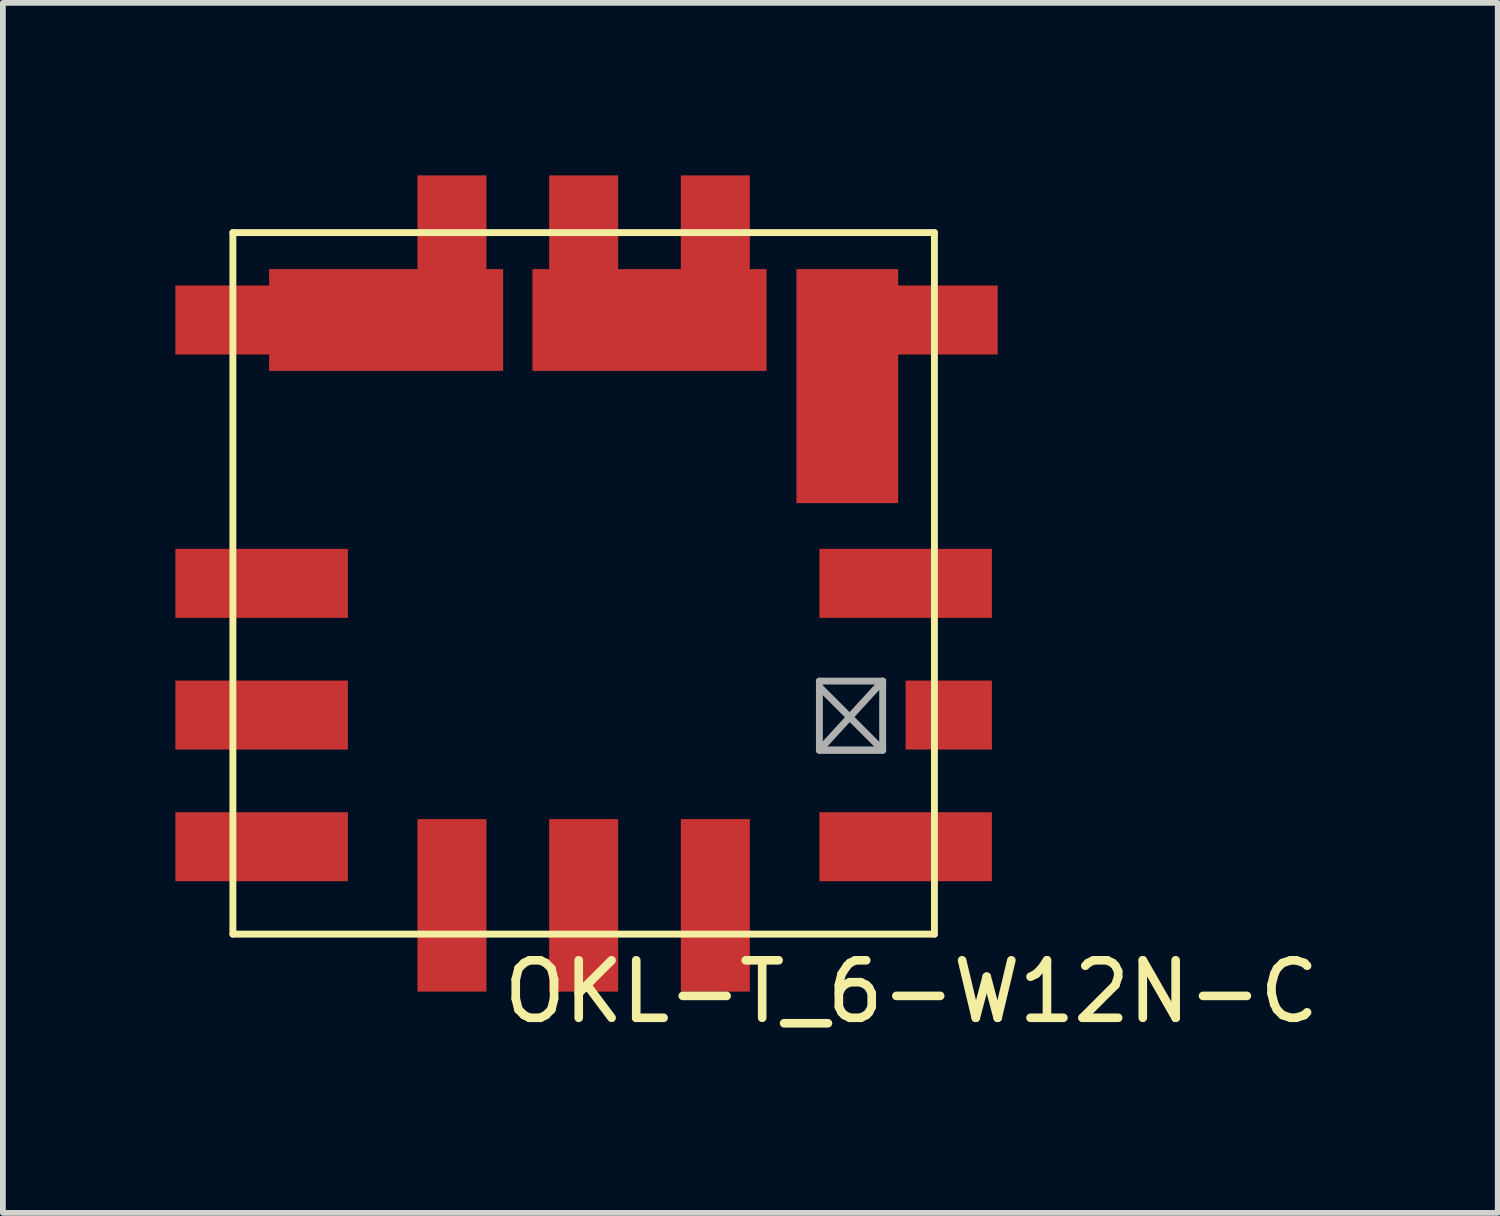
<source format=kicad_pcb>
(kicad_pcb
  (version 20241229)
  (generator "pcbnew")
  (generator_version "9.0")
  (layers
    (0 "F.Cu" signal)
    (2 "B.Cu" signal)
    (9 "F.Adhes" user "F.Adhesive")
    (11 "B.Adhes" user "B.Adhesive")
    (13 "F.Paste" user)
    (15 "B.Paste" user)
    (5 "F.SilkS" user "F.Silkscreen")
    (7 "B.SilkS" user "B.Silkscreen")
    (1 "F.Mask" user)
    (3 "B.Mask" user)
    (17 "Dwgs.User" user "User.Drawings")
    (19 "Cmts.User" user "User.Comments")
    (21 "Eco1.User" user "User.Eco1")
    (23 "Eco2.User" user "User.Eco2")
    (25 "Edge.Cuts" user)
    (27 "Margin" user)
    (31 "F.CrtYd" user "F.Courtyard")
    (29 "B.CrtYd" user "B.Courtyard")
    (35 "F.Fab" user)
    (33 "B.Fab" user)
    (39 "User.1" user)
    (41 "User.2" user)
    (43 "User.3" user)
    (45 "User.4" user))
  (footprint "OKL-T_6-W12N-C"
    (layer "F.Cu")
    (at 7.1 7.095)
    (property "Reference" "OKL-T_6-W12N-C" (at 5.7 7.1 0) (layer "F.SilkS") (effects (font (size 1 1) (thickness 0.15))))
    (attr through_hole)
    (fp_line (start -6.1 -6.1) (end -6.1 6.1) (stroke (width 0.12) (type solid)) (layer "F.SilkS"))
    (fp_line (start -6.1 -6.1) (end 6.1 -6.1) (stroke (width 0.12) (type solid)) (layer "F.SilkS"))
    (fp_line (start -6.1 6.1) (end 6.1 6.1) (stroke (width 0.12) (type solid)) (layer "F.SilkS"))
    (fp_line (start 6.1 -6.1) (end 6.1 6.1) (stroke (width 0.12) (type solid)) (layer "F.SilkS"))
    (fp_line (start 4.1 1.7) (end 4.1 2.9) (stroke (width 0.12) (type solid)) (layer "F.Fab"))
    (fp_line (start 4.1 1.8) (end 5.2 2.9) (stroke (width 0.12) (type solid)) (layer "F.Fab"))
    (fp_line (start 4.1 2.9) (end 5.2 1.7) (stroke (width 0.12) (type solid)) (layer "F.Fab"))
    (fp_line (start 4.1 2.9) (end 5.2 2.9) (stroke (width 0.12) (type solid)) (layer "F.Fab"))
    (fp_line (start 5.2 1.7) (end 4.1 1.7) (stroke (width 0.12) (type solid)) (layer "F.Fab"))
    (fp_line (start 5.2 2.9) (end 4.1 2.9) (stroke (width 0.12) (type solid)) (layer "F.Fab"))
    (fp_line (start 5.2 2.9) (end 5.2 1.7) (stroke (width 0.12) (type solid)) (layer "F.Fab"))
    (pad "1" smd rect (at -5.6 0) (size 3 1.2) (layers "F.Cu" "F.Mask" "F.Paste"))
    (pad "2" smd rect (at -5.6 -4.58) (size 3 1.2) (layers "F.Cu" "F.Mask" "F.Paste"))
    (pad "2" smd rect (at -3.435 -4.58) (size 4.07 1.77) (layers "F.Cu" "F.Mask" "F.Paste"))
    (pad "2" smd rect (at -2.29 -5.465 90) (size 3.26 1.2) (layers "F.Cu" "F.Mask" "F.Paste"))
    (pad "3" smd rect (at 0 -5.465 90) (size 3.26 1.2) (layers "F.Cu" "F.Mask" "F.Paste"))
    (pad "3" smd rect (at 1.145 -4.58) (size 4.07 1.77) (layers "F.Cu" "F.Mask" "F.Paste"))
    (pad "3" smd rect (at 2.29 -5.465 90) (size 3.26 1.2) (layers "F.Cu" "F.Mask" "F.Paste"))
    (pad "4" smd rect (at 4.585 -3.43 90) (size 4.07 1.77) (layers "F.Cu" "F.Mask" "F.Paste"))
    (pad "4" smd rect (at 5.7 -4.58 180) (size 3 1.2) (layers "F.Cu" "F.Mask" "F.Paste"))
    (pad "5" smd rect (at 5.6 0 180) (size 3 1.2) (layers "F.Cu" "F.Mask" "F.Paste"))
    (pad "6" smd rect (at 5.6 4.58 180) (size 3 1.2) (layers "F.Cu" "F.Mask" "F.Paste"))
    (pad "7" smd rect (at 0 5.6 90) (size 3 1.2) (layers "F.Cu" "F.Mask" "F.Paste"))
    (pad "8" smd rect (at -2.29 5.6 90) (size 3 1.2) (layers "F.Cu" "F.Mask" "F.Paste"))
    (pad "9" smd rect (at -5.6 4.58) (size 3 1.2) (layers "F.Cu" "F.Mask" "F.Paste"))
    (pad "10" smd rect (at -5.6 2.29) (size 3 1.2) (layers "F.Cu" "F.Mask" "F.Paste"))
    (pad "11" smd rect (at 6.35 2.29 180) (size 1.5 1.2) (layers "F.Cu" "F.Mask" "F.Paste"))
    (pad "12" smd rect (at 2.29 5.6 90) (size 3 1.2) (layers "F.Cu" "F.Mask" "F.Paste")))
  (gr_rect
    (start -3 -3)
    (end 22.996 18.043)
    (stroke (width 0.1) (type default))
    (fill no)
    (layer "Edge.Cuts")))
</source>
